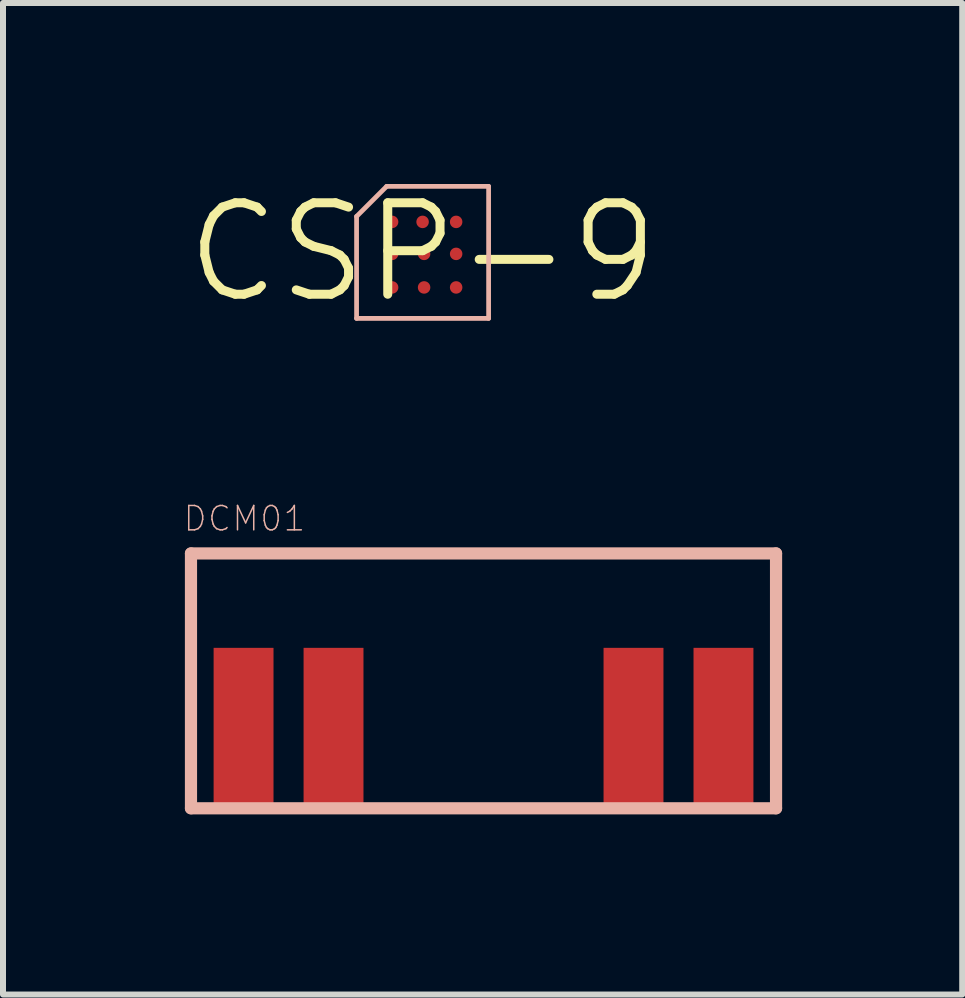
<source format=kicad_pcb>
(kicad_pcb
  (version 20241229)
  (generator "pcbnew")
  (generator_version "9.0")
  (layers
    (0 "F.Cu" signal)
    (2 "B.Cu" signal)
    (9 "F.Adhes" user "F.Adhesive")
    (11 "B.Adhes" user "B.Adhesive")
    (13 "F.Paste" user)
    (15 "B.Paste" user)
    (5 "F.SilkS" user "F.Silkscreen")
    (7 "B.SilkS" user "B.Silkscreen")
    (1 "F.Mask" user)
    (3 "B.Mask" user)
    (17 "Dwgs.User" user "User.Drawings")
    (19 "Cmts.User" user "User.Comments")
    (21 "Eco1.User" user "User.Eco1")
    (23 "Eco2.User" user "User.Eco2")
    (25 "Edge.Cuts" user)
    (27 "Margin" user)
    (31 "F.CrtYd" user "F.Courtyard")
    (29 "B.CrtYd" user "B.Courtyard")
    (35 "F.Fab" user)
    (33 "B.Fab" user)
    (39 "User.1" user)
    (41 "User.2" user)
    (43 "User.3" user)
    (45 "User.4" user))
  (footprint "CSP-9"
    (layer "F.Cu")
    (at 3.991 1.155)
    (property "Reference" "CSP-9" (at 0 0 0) (layer "F.SilkS") (effects (font (size 1.524 1.524) (thickness 0.15))))
    (attr smd)
    (fp_line (start -1.1 -0.599) (end -0.599 -1.1) (stroke (width 0.079) (type solid)) (layer "B.SilkS"))
    (fp_line (start -1.1 1.1) (end -1.1 -0.599) (stroke (width 0.079) (type solid)) (layer "B.SilkS"))
    (fp_line (start 1.1 -1.1) (end -0.599 -1.1) (stroke (width 0.079) (type solid)) (layer "B.SilkS"))
    (fp_line (start 1.1 -1.1) (end 1.1 1.1) (stroke (width 0.079) (type solid)) (layer "B.SilkS"))
    (fp_line (start 1.1 1.1) (end -1.1 1.1) (stroke (width 0.079) (type solid)) (layer "B.SilkS"))
    (pad "A1" smd circle (at -0.508 -0.508) (size 0.208 0.208) (layers "F.Cu" "F.Mask" "F.Paste"))
    (pad "A2" smd circle (at 0 -0.508) (size 0.208 0.208) (layers "F.Cu" "F.Mask" "F.Paste"))
    (pad "A3" smd circle (at 0.559 -0.508) (size 0.208 0.208) (layers "F.Cu" "F.Mask" "F.Paste"))
    (pad "B1" smd circle (at -0.508 0.025) (size 0.208 0.208) (layers "F.Cu" "F.Mask" "F.Paste"))
    (pad "B2" smd circle (at 0.025 0.025) (size 0.208 0.208) (layers "F.Cu" "F.Mask" "F.Paste"))
    (pad "B3" smd circle (at 0.559 0.025) (size 0.208 0.208) (layers "F.Cu" "F.Mask" "F.Paste"))
    (pad "C1" smd circle (at -0.508 0.584) (size 0.208 0.208) (layers "F.Cu" "F.Mask" "F.Paste"))
    (pad "C2" smd circle (at 0.025 0.584) (size 0.208 0.208) (layers "F.Cu" "F.Mask" "F.Paste"))
    (pad "C3" smd circle (at 0.559 0.584) (size 0.208 0.208) (layers "F.Cu" "F.Mask" "F.Paste")))
  (footprint "DCM01"
    (layer "F.Cu")
    (at 5.006 8.294)
    (property "Reference" "DCM01" (at -3.983 -2.703 0) (layer "B.SilkS") (effects (font (size 0.406 0.406) (thickness 0.025))))
    (attr smd)
    (fp_line (start -4.874 -2.123) (end 4.874 -2.123) (stroke (width 0.203) (type solid)) (layer "B.SilkS"))
    (fp_line (start -4.874 2.123) (end -4.874 -2.123) (stroke (width 0.203) (type solid)) (layer "B.SilkS"))
    (fp_line (start 4.874 -2.123) (end 4.874 2.123) (stroke (width 0.203) (type solid)) (layer "B.SilkS"))
    (fp_line (start 4.874 2.123) (end -4.874 2.123) (stroke (width 0.203) (type solid)) (layer "B.SilkS"))
    (pad "1" smd rect (at -3.998 0.749) (size 0.998 2.598) (layers "F.Cu" "F.Mask" "F.Paste"))
    (pad "2" smd rect (at -2.499 0.749) (size 0.998 2.598) (layers "F.Cu" "F.Mask" "F.Paste"))
    (pad "3" smd rect (at 2.499 0.749) (size 0.998 2.598) (layers "F.Cu" "F.Mask" "F.Paste"))
    (pad "4" smd rect (at 3.998 0.749) (size 0.998 2.598) (layers "F.Cu" "F.Mask" "F.Paste")))
  (gr_rect
    (start -3 -3)
    (end 12.982 13.52)
    (stroke (width 0.1) (type default))
    (fill no)
    (layer "Edge.Cuts")))
</source>
